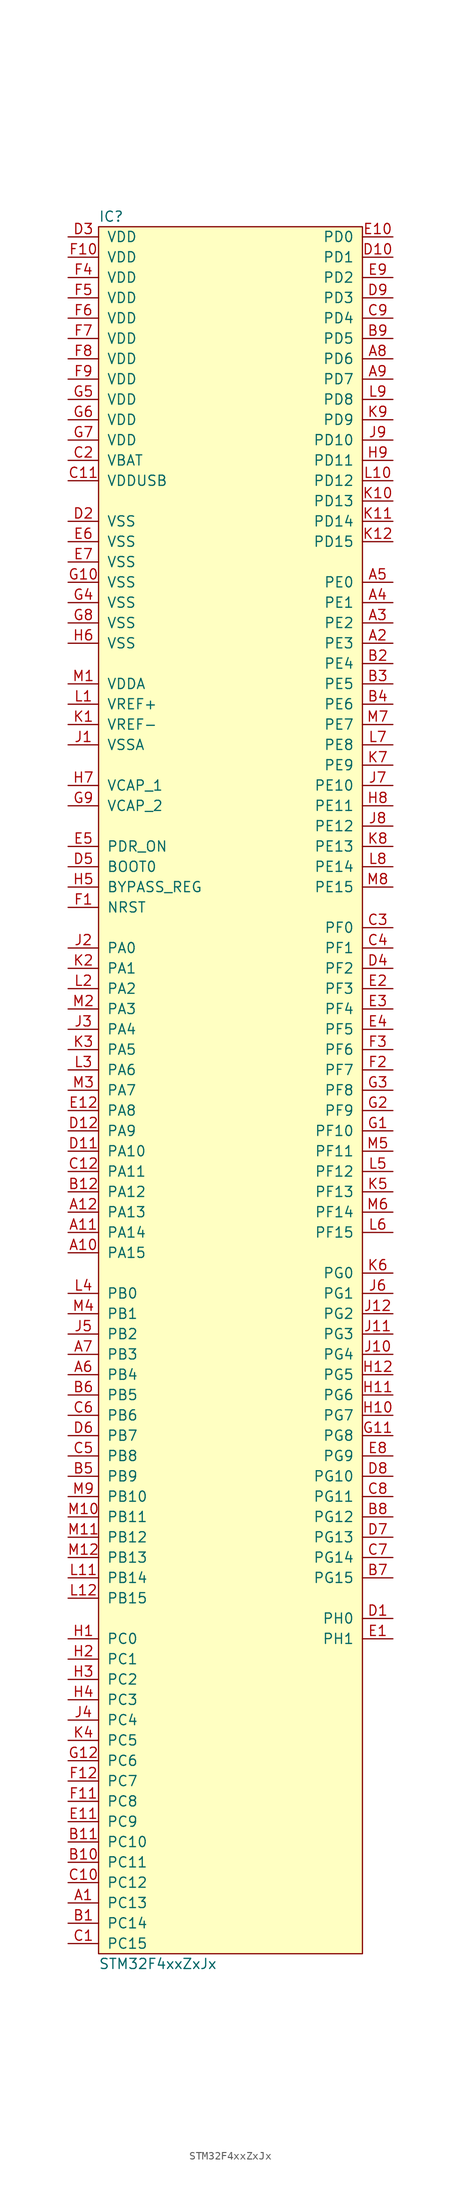
<source format=kicad_sym>
(kicad_symbol_lib
  (version 20211014)
  (generator agg_kicad.build_lib_ic)
  (symbol "STM32F4xxZxJx"
    (pin_names
      (offset 1.016))
    (property Reference IC
      (at -16.51 109.22 0)
      (effects (font (size 1.27 1.27)) (justify left)))
    (property Value "STM32F4xxZxJx"
      (at -16.51 -109.22 0)
      (effects (font (size 1.27 1.27)) (justify left)))
    (symbol "STM32F4xxZxJx_0_0"
      (rectangle (start -16.51 107.95) (end 16.51 -107.95) (stroke (width 0) (type default) (color 0 0 0 0)) (fill (type background)))
      (pin power_in line (at -20.32 106.68 0) (length 3.81) (name VDD (effects (font (size 1.27 1.27)))) (number "D3" (effects (font (size 1.27 1.27)))))
      (pin power_in line (at -20.32 104.14 0) (length 3.81) (name VDD (effects (font (size 1.27 1.27)))) (number "F10" (effects (font (size 1.27 1.27)))))
      (pin power_in line (at -20.32 101.6 0) (length 3.81) (name VDD (effects (font (size 1.27 1.27)))) (number "F4" (effects (font (size 1.27 1.27)))))
      (pin power_in line (at -20.32 99.06 0) (length 3.81) (name VDD (effects (font (size 1.27 1.27)))) (number "F5" (effects (font (size 1.27 1.27)))))
      (pin power_in line (at -20.32 96.52 0) (length 3.81) (name VDD (effects (font (size 1.27 1.27)))) (number "F6" (effects (font (size 1.27 1.27)))))
      (pin power_in line (at -20.32 93.98 0) (length 3.81) (name VDD (effects (font (size 1.27 1.27)))) (number "F7" (effects (font (size 1.27 1.27)))))
      (pin power_in line (at -20.32 91.44 0) (length 3.81) (name VDD (effects (font (size 1.27 1.27)))) (number "F8" (effects (font (size 1.27 1.27)))))
      (pin power_in line (at -20.32 88.9 0) (length 3.81) (name VDD (effects (font (size 1.27 1.27)))) (number "F9" (effects (font (size 1.27 1.27)))))
      (pin power_in line (at -20.32 86.36 0) (length 3.81) (name VDD (effects (font (size 1.27 1.27)))) (number "G5" (effects (font (size 1.27 1.27)))))
      (pin power_in line (at -20.32 83.82 0) (length 3.81) (name VDD (effects (font (size 1.27 1.27)))) (number "G6" (effects (font (size 1.27 1.27)))))
      (pin power_in line (at -20.32 81.28 0) (length 3.81) (name VDD (effects (font (size 1.27 1.27)))) (number "G7" (effects (font (size 1.27 1.27)))))
      (pin power_in line (at -20.32 78.74 0) (length 3.81) (name VBAT (effects (font (size 1.27 1.27)))) (number "C2" (effects (font (size 1.27 1.27)))))
      (pin power_in line (at -20.32 76.2 0) (length 3.81) (name VDDUSB (effects (font (size 1.27 1.27)))) (number "C11" (effects (font (size 1.27 1.27)))))
      (pin power_in line (at -20.32 71.12 0) (length 3.81) (name VSS (effects (font (size 1.27 1.27)))) (number "D2" (effects (font (size 1.27 1.27)))))
      (pin power_in line (at -20.32 68.58 0) (length 3.81) (name VSS (effects (font (size 1.27 1.27)))) (number "E6" (effects (font (size 1.27 1.27)))))
      (pin power_in line (at -20.32 66.04 0) (length 3.81) (name VSS (effects (font (size 1.27 1.27)))) (number "E7" (effects (font (size 1.27 1.27)))))
      (pin power_in line (at -20.32 63.5 0) (length 3.81) (name VSS (effects (font (size 1.27 1.27)))) (number "G10" (effects (font (size 1.27 1.27)))))
      (pin power_in line (at -20.32 60.96 0) (length 3.81) (name VSS (effects (font (size 1.27 1.27)))) (number "G4" (effects (font (size 1.27 1.27)))))
      (pin power_in line (at -20.32 58.42 0) (length 3.81) (name VSS (effects (font (size 1.27 1.27)))) (number "G8" (effects (font (size 1.27 1.27)))))
      (pin power_in line (at -20.32 55.88 0) (length 3.81) (name VSS (effects (font (size 1.27 1.27)))) (number "H6" (effects (font (size 1.27 1.27)))))
      (pin power_in line (at -20.32 50.8 0) (length 3.81) (name VDDA (effects (font (size 1.27 1.27)))) (number "M1" (effects (font (size 1.27 1.27)))))
      (pin input line (at -20.32 48.26 0) (length 3.81) (name "VREF+" (effects (font (size 1.27 1.27)))) (number "L1" (effects (font (size 1.27 1.27)))))
      (pin input line (at -20.32 45.72 0) (length 3.81) (name "VREF-" (effects (font (size 1.27 1.27)))) (number "K1" (effects (font (size 1.27 1.27)))))
      (pin power_in line (at -20.32 43.18 0) (length 3.81) (name VSSA (effects (font (size 1.27 1.27)))) (number "J1" (effects (font (size 1.27 1.27)))))
      (pin passive line (at -20.32 38.1 0) (length 3.81) (name "VCAP_1" (effects (font (size 1.27 1.27)))) (number "H7" (effects (font (size 1.27 1.27)))))
      (pin passive line (at -20.32 35.56 0) (length 3.81) (name "VCAP_2" (effects (font (size 1.27 1.27)))) (number "G9" (effects (font (size 1.27 1.27)))))
      (pin input line (at -20.32 30.48 0) (length 3.81) (name PDR_ON (effects (font (size 1.27 1.27)))) (number "E5" (effects (font (size 1.27 1.27)))))
      (pin input line (at -20.32 27.94 0) (length 3.81) (name "BOOT0" (effects (font (size 1.27 1.27)))) (number "D5" (effects (font (size 1.27 1.27)))))
      (pin input line (at -20.32 25.4 0) (length 3.81) (name BYPASS_REG (effects (font (size 1.27 1.27)))) (number "H5" (effects (font (size 1.27 1.27)))))
      (pin input line (at -20.32 22.86 0) (length 3.81) (name NRST (effects (font (size 1.27 1.27)))) (number "F1" (effects (font (size 1.27 1.27)))))
      (pin bidirectional line (at -20.32 17.78 0) (length 3.81) (name "PA0" (effects (font (size 1.27 1.27)))) (number "J2" (effects (font (size 1.27 1.27)))))
      (pin bidirectional line (at -20.32 15.24 0) (length 3.81) (name "PA1" (effects (font (size 1.27 1.27)))) (number "K2" (effects (font (size 1.27 1.27)))))
      (pin bidirectional line (at -20.32 12.7 0) (length 3.81) (name "PA2" (effects (font (size 1.27 1.27)))) (number "L2" (effects (font (size 1.27 1.27)))))
      (pin bidirectional line (at -20.32 10.16 0) (length 3.81) (name "PA3" (effects (font (size 1.27 1.27)))) (number "M2" (effects (font (size 1.27 1.27)))))
      (pin bidirectional line (at -20.32 7.62 0) (length 3.81) (name "PA4" (effects (font (size 1.27 1.27)))) (number "J3" (effects (font (size 1.27 1.27)))))
      (pin bidirectional line (at -20.32 5.08 0) (length 3.81) (name "PA5" (effects (font (size 1.27 1.27)))) (number "K3" (effects (font (size 1.27 1.27)))))
      (pin bidirectional line (at -20.32 2.54 0) (length 3.81) (name "PA6" (effects (font (size 1.27 1.27)))) (number "L3" (effects (font (size 1.27 1.27)))))
      (pin bidirectional line (at -20.32 0 0) (length 3.81) (name "PA7" (effects (font (size 1.27 1.27)))) (number "M3" (effects (font (size 1.27 1.27)))))
      (pin bidirectional line (at -20.32 -2.54 0) (length 3.81) (name "PA8" (effects (font (size 1.27 1.27)))) (number "E12" (effects (font (size 1.27 1.27)))))
      (pin bidirectional line (at -20.32 -5.08 0) (length 3.81) (name "PA9" (effects (font (size 1.27 1.27)))) (number "D12" (effects (font (size 1.27 1.27)))))
      (pin bidirectional line (at -20.32 -7.62 0) (length 3.81) (name "PA10" (effects (font (size 1.27 1.27)))) (number "D11" (effects (font (size 1.27 1.27)))))
      (pin bidirectional line (at -20.32 -10.16 0) (length 3.81) (name "PA11" (effects (font (size 1.27 1.27)))) (number "C12" (effects (font (size 1.27 1.27)))))
      (pin bidirectional line (at -20.32 -12.7 0) (length 3.81) (name "PA12" (effects (font (size 1.27 1.27)))) (number "B12" (effects (font (size 1.27 1.27)))))
      (pin bidirectional line (at -20.32 -15.24 0) (length 3.81) (name "PA13" (effects (font (size 1.27 1.27)))) (number "A12" (effects (font (size 1.27 1.27)))))
      (pin bidirectional line (at -20.32 -17.78 0) (length 3.81) (name "PA14" (effects (font (size 1.27 1.27)))) (number "A11" (effects (font (size 1.27 1.27)))))
      (pin bidirectional line (at -20.32 -20.32 0) (length 3.81) (name "PA15" (effects (font (size 1.27 1.27)))) (number "A10" (effects (font (size 1.27 1.27)))))
      (pin bidirectional line (at -20.32 -25.4 0) (length 3.81) (name "PB0" (effects (font (size 1.27 1.27)))) (number "L4" (effects (font (size 1.27 1.27)))))
      (pin bidirectional line (at -20.32 -27.94 0) (length 3.81) (name "PB1" (effects (font (size 1.27 1.27)))) (number "M4" (effects (font (size 1.27 1.27)))))
      (pin bidirectional line (at -20.32 -30.48 0) (length 3.81) (name "PB2" (effects (font (size 1.27 1.27)))) (number "J5" (effects (font (size 1.27 1.27)))))
      (pin bidirectional line (at -20.32 -33.02 0) (length 3.81) (name "PB3" (effects (font (size 1.27 1.27)))) (number "A7" (effects (font (size 1.27 1.27)))))
      (pin bidirectional line (at -20.32 -35.56 0) (length 3.81) (name "PB4" (effects (font (size 1.27 1.27)))) (number "A6" (effects (font (size 1.27 1.27)))))
      (pin bidirectional line (at -20.32 -38.1 0) (length 3.81) (name "PB5" (effects (font (size 1.27 1.27)))) (number "B6" (effects (font (size 1.27 1.27)))))
      (pin bidirectional line (at -20.32 -40.64 0) (length 3.81) (name "PB6" (effects (font (size 1.27 1.27)))) (number "C6" (effects (font (size 1.27 1.27)))))
      (pin bidirectional line (at -20.32 -43.18 0) (length 3.81) (name "PB7" (effects (font (size 1.27 1.27)))) (number "D6" (effects (font (size 1.27 1.27)))))
      (pin bidirectional line (at -20.32 -45.72 0) (length 3.81) (name "PB8" (effects (font (size 1.27 1.27)))) (number "C5" (effects (font (size 1.27 1.27)))))
      (pin bidirectional line (at -20.32 -48.26 0) (length 3.81) (name "PB9" (effects (font (size 1.27 1.27)))) (number "B5" (effects (font (size 1.27 1.27)))))
      (pin bidirectional line (at -20.32 -50.8 0) (length 3.81) (name "PB10" (effects (font (size 1.27 1.27)))) (number "M9" (effects (font (size 1.27 1.27)))))
      (pin bidirectional line (at -20.32 -53.34 0) (length 3.81) (name "PB11" (effects (font (size 1.27 1.27)))) (number "M10" (effects (font (size 1.27 1.27)))))
      (pin bidirectional line (at -20.32 -55.88 0) (length 3.81) (name "PB12" (effects (font (size 1.27 1.27)))) (number "M11" (effects (font (size 1.27 1.27)))))
      (pin bidirectional line (at -20.32 -58.42 0) (length 3.81) (name "PB13" (effects (font (size 1.27 1.27)))) (number "M12" (effects (font (size 1.27 1.27)))))
      (pin bidirectional line (at -20.32 -60.96 0) (length 3.81) (name "PB14" (effects (font (size 1.27 1.27)))) (number "L11" (effects (font (size 1.27 1.27)))))
      (pin bidirectional line (at -20.32 -63.5 0) (length 3.81) (name "PB15" (effects (font (size 1.27 1.27)))) (number "L12" (effects (font (size 1.27 1.27)))))
      (pin bidirectional line (at -20.32 -68.58 0) (length 3.81) (name "PC0" (effects (font (size 1.27 1.27)))) (number "H1" (effects (font (size 1.27 1.27)))))
      (pin bidirectional line (at -20.32 -71.12 0) (length 3.81) (name "PC1" (effects (font (size 1.27 1.27)))) (number "H2" (effects (font (size 1.27 1.27)))))
      (pin bidirectional line (at -20.32 -73.66 0) (length 3.81) (name "PC2" (effects (font (size 1.27 1.27)))) (number "H3" (effects (font (size 1.27 1.27)))))
      (pin bidirectional line (at -20.32 -76.2 0) (length 3.81) (name "PC3" (effects (font (size 1.27 1.27)))) (number "H4" (effects (font (size 1.27 1.27)))))
      (pin bidirectional line (at -20.32 -78.74 0) (length 3.81) (name "PC4" (effects (font (size 1.27 1.27)))) (number "J4" (effects (font (size 1.27 1.27)))))
      (pin bidirectional line (at -20.32 -81.28 0) (length 3.81) (name "PC5" (effects (font (size 1.27 1.27)))) (number "K4" (effects (font (size 1.27 1.27)))))
      (pin bidirectional line (at -20.32 -83.82 0) (length 3.81) (name "PC6" (effects (font (size 1.27 1.27)))) (number "G12" (effects (font (size 1.27 1.27)))))
      (pin bidirectional line (at -20.32 -86.36 0) (length 3.81) (name "PC7" (effects (font (size 1.27 1.27)))) (number "F12" (effects (font (size 1.27 1.27)))))
      (pin bidirectional line (at -20.32 -88.9 0) (length 3.81) (name "PC8" (effects (font (size 1.27 1.27)))) (number "F11" (effects (font (size 1.27 1.27)))))
      (pin bidirectional line (at -20.32 -91.44 0) (length 3.81) (name "PC9" (effects (font (size 1.27 1.27)))) (number "E11" (effects (font (size 1.27 1.27)))))
      (pin bidirectional line (at -20.32 -93.98 0) (length 3.81) (name "PC10" (effects (font (size 1.27 1.27)))) (number "B11" (effects (font (size 1.27 1.27)))))
      (pin bidirectional line (at -20.32 -96.52 0) (length 3.81) (name "PC11" (effects (font (size 1.27 1.27)))) (number "B10" (effects (font (size 1.27 1.27)))))
      (pin bidirectional line (at -20.32 -99.06 0) (length 3.81) (name "PC12" (effects (font (size 1.27 1.27)))) (number "C10" (effects (font (size 1.27 1.27)))))
      (pin bidirectional line (at -20.32 -101.6 0) (length 3.81) (name "PC13" (effects (font (size 1.27 1.27)))) (number "A1" (effects (font (size 1.27 1.27)))))
      (pin bidirectional line (at -20.32 -104.14 0) (length 3.81) (name "PC14" (effects (font (size 1.27 1.27)))) (number "B1" (effects (font (size 1.27 1.27)))))
      (pin bidirectional line (at -20.32 -106.68 0) (length 3.81) (name "PC15" (effects (font (size 1.27 1.27)))) (number "C1" (effects (font (size 1.27 1.27)))))
      (pin bidirectional line (at 20.32 106.68 180) (length 3.81) (name "PD0" (effects (font (size 1.27 1.27)))) (number "E10" (effects (font (size 1.27 1.27)))))
      (pin bidirectional line (at 20.32 104.14 180) (length 3.81) (name "PD1" (effects (font (size 1.27 1.27)))) (number "D10" (effects (font (size 1.27 1.27)))))
      (pin bidirectional line (at 20.32 101.6 180) (length 3.81) (name "PD2" (effects (font (size 1.27 1.27)))) (number "E9" (effects (font (size 1.27 1.27)))))
      (pin bidirectional line (at 20.32 99.06 180) (length 3.81) (name "PD3" (effects (font (size 1.27 1.27)))) (number "D9" (effects (font (size 1.27 1.27)))))
      (pin bidirectional line (at 20.32 96.52 180) (length 3.81) (name "PD4" (effects (font (size 1.27 1.27)))) (number "C9" (effects (font (size 1.27 1.27)))))
      (pin bidirectional line (at 20.32 93.98 180) (length 3.81) (name "PD5" (effects (font (size 1.27 1.27)))) (number "B9" (effects (font (size 1.27 1.27)))))
      (pin bidirectional line (at 20.32 91.44 180) (length 3.81) (name "PD6" (effects (font (size 1.27 1.27)))) (number "A8" (effects (font (size 1.27 1.27)))))
      (pin bidirectional line (at 20.32 88.9 180) (length 3.81) (name "PD7" (effects (font (size 1.27 1.27)))) (number "A9" (effects (font (size 1.27 1.27)))))
      (pin bidirectional line (at 20.32 86.36 180) (length 3.81) (name "PD8" (effects (font (size 1.27 1.27)))) (number "L9" (effects (font (size 1.27 1.27)))))
      (pin bidirectional line (at 20.32 83.82 180) (length 3.81) (name "PD9" (effects (font (size 1.27 1.27)))) (number "K9" (effects (font (size 1.27 1.27)))))
      (pin bidirectional line (at 20.32 81.28 180) (length 3.81) (name "PD10" (effects (font (size 1.27 1.27)))) (number "J9" (effects (font (size 1.27 1.27)))))
      (pin bidirectional line (at 20.32 78.74 180) (length 3.81) (name "PD11" (effects (font (size 1.27 1.27)))) (number "H9" (effects (font (size 1.27 1.27)))))
      (pin bidirectional line (at 20.32 76.2 180) (length 3.81) (name "PD12" (effects (font (size 1.27 1.27)))) (number "L10" (effects (font (size 1.27 1.27)))))
      (pin bidirectional line (at 20.32 73.66 180) (length 3.81) (name "PD13" (effects (font (size 1.27 1.27)))) (number "K10" (effects (font (size 1.27 1.27)))))
      (pin bidirectional line (at 20.32 71.12 180) (length 3.81) (name "PD14" (effects (font (size 1.27 1.27)))) (number "K11" (effects (font (size 1.27 1.27)))))
      (pin bidirectional line (at 20.32 68.58 180) (length 3.81) (name "PD15" (effects (font (size 1.27 1.27)))) (number "K12" (effects (font (size 1.27 1.27)))))
      (pin bidirectional line (at 20.32 63.5 180) (length 3.81) (name "PE0" (effects (font (size 1.27 1.27)))) (number "A5" (effects (font (size 1.27 1.27)))))
      (pin bidirectional line (at 20.32 60.96 180) (length 3.81) (name "PE1" (effects (font (size 1.27 1.27)))) (number "A4" (effects (font (size 1.27 1.27)))))
      (pin bidirectional line (at 20.32 58.42 180) (length 3.81) (name "PE2" (effects (font (size 1.27 1.27)))) (number "A3" (effects (font (size 1.27 1.27)))))
      (pin bidirectional line (at 20.32 55.88 180) (length 3.81) (name "PE3" (effects (font (size 1.27 1.27)))) (number "A2" (effects (font (size 1.27 1.27)))))
      (pin bidirectional line (at 20.32 53.34 180) (length 3.81) (name "PE4" (effects (font (size 1.27 1.27)))) (number "B2" (effects (font (size 1.27 1.27)))))
      (pin bidirectional line (at 20.32 50.8 180) (length 3.81) (name "PE5" (effects (font (size 1.27 1.27)))) (number "B3" (effects (font (size 1.27 1.27)))))
      (pin bidirectional line (at 20.32 48.26 180) (length 3.81) (name "PE6" (effects (font (size 1.27 1.27)))) (number "B4" (effects (font (size 1.27 1.27)))))
      (pin bidirectional line (at 20.32 45.72 180) (length 3.81) (name "PE7" (effects (font (size 1.27 1.27)))) (number "M7" (effects (font (size 1.27 1.27)))))
      (pin bidirectional line (at 20.32 43.18 180) (length 3.81) (name "PE8" (effects (font (size 1.27 1.27)))) (number "L7" (effects (font (size 1.27 1.27)))))
      (pin bidirectional line (at 20.32 40.64 180) (length 3.81) (name "PE9" (effects (font (size 1.27 1.27)))) (number "K7" (effects (font (size 1.27 1.27)))))
      (pin bidirectional line (at 20.32 38.1 180) (length 3.81) (name "PE10" (effects (font (size 1.27 1.27)))) (number "J7" (effects (font (size 1.27 1.27)))))
      (pin bidirectional line (at 20.32 35.56 180) (length 3.81) (name "PE11" (effects (font (size 1.27 1.27)))) (number "H8" (effects (font (size 1.27 1.27)))))
      (pin bidirectional line (at 20.32 33.02 180) (length 3.81) (name "PE12" (effects (font (size 1.27 1.27)))) (number "J8" (effects (font (size 1.27 1.27)))))
      (pin bidirectional line (at 20.32 30.48 180) (length 3.81) (name "PE13" (effects (font (size 1.27 1.27)))) (number "K8" (effects (font (size 1.27 1.27)))))
      (pin bidirectional line (at 20.32 27.94 180) (length 3.81) (name "PE14" (effects (font (size 1.27 1.27)))) (number "L8" (effects (font (size 1.27 1.27)))))
      (pin bidirectional line (at 20.32 25.4 180) (length 3.81) (name "PE15" (effects (font (size 1.27 1.27)))) (number "M8" (effects (font (size 1.27 1.27)))))
      (pin bidirectional line (at 20.32 20.32 180) (length 3.81) (name "PF0" (effects (font (size 1.27 1.27)))) (number "C3" (effects (font (size 1.27 1.27)))))
      (pin bidirectional line (at 20.32 17.78 180) (length 3.81) (name "PF1" (effects (font (size 1.27 1.27)))) (number "C4" (effects (font (size 1.27 1.27)))))
      (pin bidirectional line (at 20.32 15.24 180) (length 3.81) (name "PF2" (effects (font (size 1.27 1.27)))) (number "D4" (effects (font (size 1.27 1.27)))))
      (pin bidirectional line (at 20.32 12.7 180) (length 3.81) (name "PF3" (effects (font (size 1.27 1.27)))) (number "E2" (effects (font (size 1.27 1.27)))))
      (pin bidirectional line (at 20.32 10.16 180) (length 3.81) (name "PF4" (effects (font (size 1.27 1.27)))) (number "E3" (effects (font (size 1.27 1.27)))))
      (pin bidirectional line (at 20.32 7.62 180) (length 3.81) (name "PF5" (effects (font (size 1.27 1.27)))) (number "E4" (effects (font (size 1.27 1.27)))))
      (pin bidirectional line (at 20.32 5.08 180) (length 3.81) (name "PF6" (effects (font (size 1.27 1.27)))) (number "F3" (effects (font (size 1.27 1.27)))))
      (pin bidirectional line (at 20.32 2.54 180) (length 3.81) (name "PF7" (effects (font (size 1.27 1.27)))) (number "F2" (effects (font (size 1.27 1.27)))))
      (pin bidirectional line (at 20.32 0 180) (length 3.81) (name "PF8" (effects (font (size 1.27 1.27)))) (number "G3" (effects (font (size 1.27 1.27)))))
      (pin bidirectional line (at 20.32 -2.54 180) (length 3.81) (name "PF9" (effects (font (size 1.27 1.27)))) (number "G2" (effects (font (size 1.27 1.27)))))
      (pin bidirectional line (at 20.32 -5.08 180) (length 3.81) (name "PF10" (effects (font (size 1.27 1.27)))) (number "G1" (effects (font (size 1.27 1.27)))))
      (pin bidirectional line (at 20.32 -7.62 180) (length 3.81) (name "PF11" (effects (font (size 1.27 1.27)))) (number "M5" (effects (font (size 1.27 1.27)))))
      (pin bidirectional line (at 20.32 -10.16 180) (length 3.81) (name "PF12" (effects (font (size 1.27 1.27)))) (number "L5" (effects (font (size 1.27 1.27)))))
      (pin bidirectional line (at 20.32 -12.7 180) (length 3.81) (name "PF13" (effects (font (size 1.27 1.27)))) (number "K5" (effects (font (size 1.27 1.27)))))
      (pin bidirectional line (at 20.32 -15.24 180) (length 3.81) (name "PF14" (effects (font (size 1.27 1.27)))) (number "M6" (effects (font (size 1.27 1.27)))))
      (pin bidirectional line (at 20.32 -17.78 180) (length 3.81) (name "PF15" (effects (font (size 1.27 1.27)))) (number "L6" (effects (font (size 1.27 1.27)))))
      (pin bidirectional line (at 20.32 -22.86 180) (length 3.81) (name "PG0" (effects (font (size 1.27 1.27)))) (number "K6" (effects (font (size 1.27 1.27)))))
      (pin bidirectional line (at 20.32 -25.4 180) (length 3.81) (name "PG1" (effects (font (size 1.27 1.27)))) (number "J6" (effects (font (size 1.27 1.27)))))
      (pin bidirectional line (at 20.32 -27.94 180) (length 3.81) (name "PG2" (effects (font (size 1.27 1.27)))) (number "J12" (effects (font (size 1.27 1.27)))))
      (pin bidirectional line (at 20.32 -30.48 180) (length 3.81) (name "PG3" (effects (font (size 1.27 1.27)))) (number "J11" (effects (font (size 1.27 1.27)))))
      (pin bidirectional line (at 20.32 -33.02 180) (length 3.81) (name "PG4" (effects (font (size 1.27 1.27)))) (number "J10" (effects (font (size 1.27 1.27)))))
      (pin bidirectional line (at 20.32 -35.56 180) (length 3.81) (name "PG5" (effects (font (size 1.27 1.27)))) (number "H12" (effects (font (size 1.27 1.27)))))
      (pin bidirectional line (at 20.32 -38.1 180) (length 3.81) (name "PG6" (effects (font (size 1.27 1.27)))) (number "H11" (effects (font (size 1.27 1.27)))))
      (pin bidirectional line (at 20.32 -40.64 180) (length 3.81) (name "PG7" (effects (font (size 1.27 1.27)))) (number "H10" (effects (font (size 1.27 1.27)))))
      (pin bidirectional line (at 20.32 -43.18 180) (length 3.81) (name "PG8" (effects (font (size 1.27 1.27)))) (number "G11" (effects (font (size 1.27 1.27)))))
      (pin bidirectional line (at 20.32 -45.72 180) (length 3.81) (name "PG9" (effects (font (size 1.27 1.27)))) (number "E8" (effects (font (size 1.27 1.27)))))
      (pin bidirectional line (at 20.32 -48.26 180) (length 3.81) (name "PG10" (effects (font (size 1.27 1.27)))) (number "D8" (effects (font (size 1.27 1.27)))))
      (pin bidirectional line (at 20.32 -50.8 180) (length 3.81) (name "PG11" (effects (font (size 1.27 1.27)))) (number "C8" (effects (font (size 1.27 1.27)))))
      (pin bidirectional line (at 20.32 -53.34 180) (length 3.81) (name "PG12" (effects (font (size 1.27 1.27)))) (number "B8" (effects (font (size 1.27 1.27)))))
      (pin bidirectional line (at 20.32 -55.88 180) (length 3.81) (name "PG13" (effects (font (size 1.27 1.27)))) (number "D7" (effects (font (size 1.27 1.27)))))
      (pin bidirectional line (at 20.32 -58.42 180) (length 3.81) (name "PG14" (effects (font (size 1.27 1.27)))) (number "C7" (effects (font (size 1.27 1.27)))))
      (pin bidirectional line (at 20.32 -60.96 180) (length 3.81) (name "PG15" (effects (font (size 1.27 1.27)))) (number "B7" (effects (font (size 1.27 1.27)))))
      (pin bidirectional line (at 20.32 -66.04 180) (length 3.81) (name "PH0" (effects (font (size 1.27 1.27)))) (number "D1" (effects (font (size 1.27 1.27)))))
      (pin bidirectional line (at 20.32 -68.58 180) (length 3.81) (name "PH1" (effects (font (size 1.27 1.27)))) (number "E1" (effects (font (size 1.27 1.27))))))))
</source>
